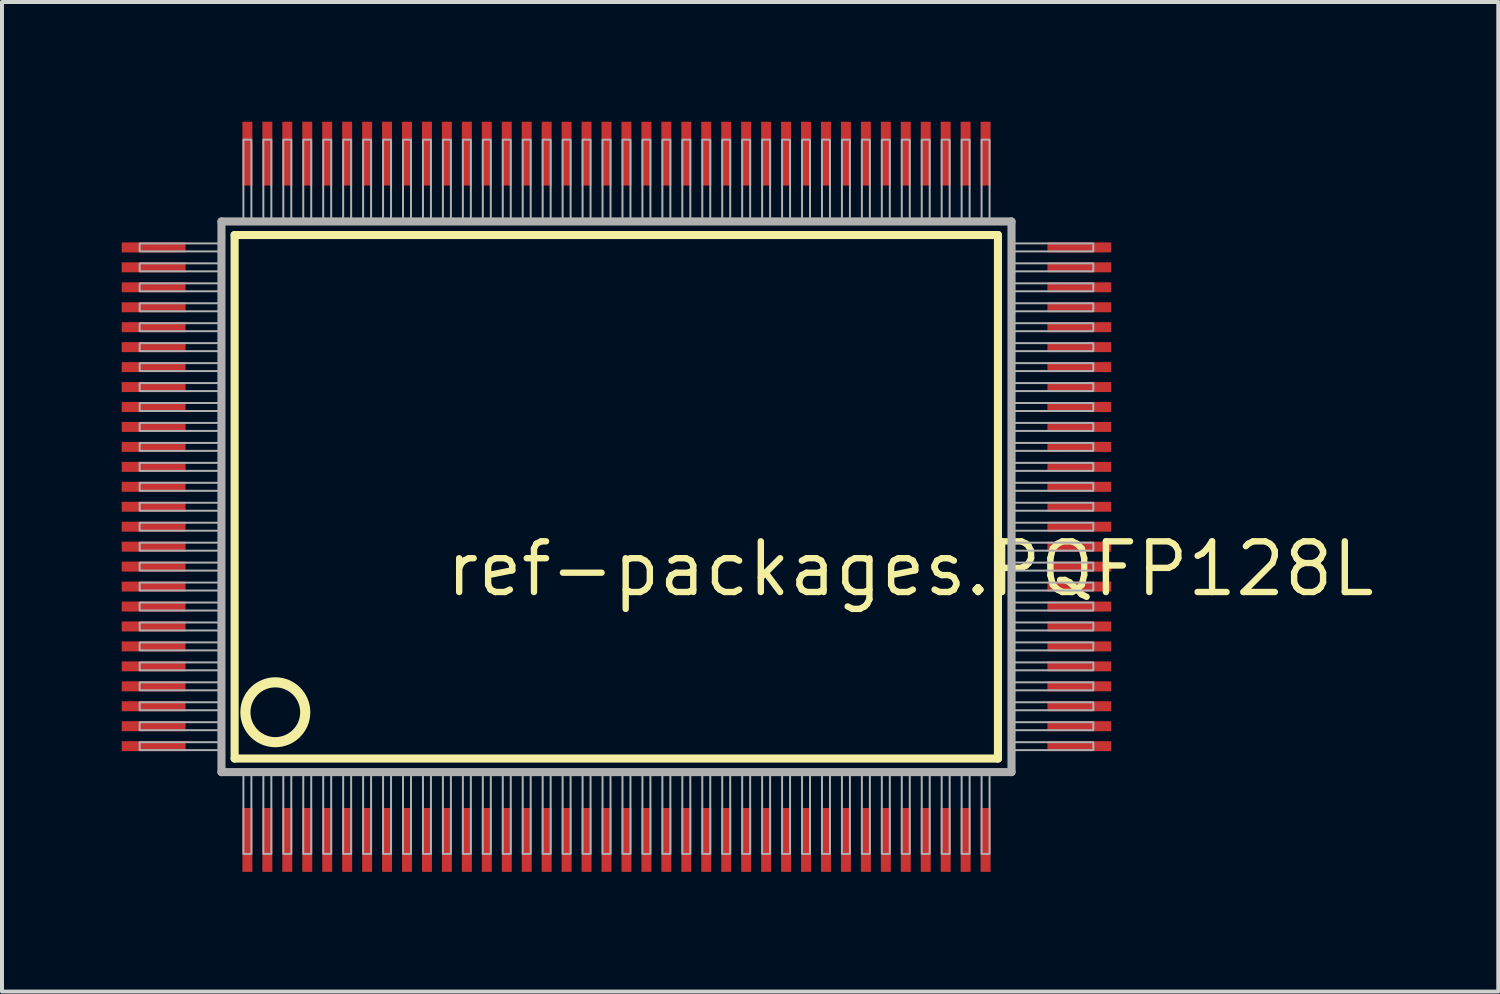
<source format=kicad_pcb>
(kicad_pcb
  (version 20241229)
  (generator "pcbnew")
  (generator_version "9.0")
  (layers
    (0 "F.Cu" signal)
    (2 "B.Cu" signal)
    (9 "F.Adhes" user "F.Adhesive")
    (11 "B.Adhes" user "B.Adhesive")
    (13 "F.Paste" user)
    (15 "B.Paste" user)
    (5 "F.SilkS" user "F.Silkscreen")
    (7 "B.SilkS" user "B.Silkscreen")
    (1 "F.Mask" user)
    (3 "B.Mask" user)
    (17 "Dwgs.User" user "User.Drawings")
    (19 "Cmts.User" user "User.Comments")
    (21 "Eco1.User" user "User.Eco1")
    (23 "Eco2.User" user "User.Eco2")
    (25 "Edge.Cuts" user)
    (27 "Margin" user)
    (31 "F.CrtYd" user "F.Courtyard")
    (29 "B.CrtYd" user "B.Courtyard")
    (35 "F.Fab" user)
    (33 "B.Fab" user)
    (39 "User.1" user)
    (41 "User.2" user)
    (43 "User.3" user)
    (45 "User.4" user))
  (footprint "ref-packages.PQFP128L"
    (layer "F.Cu")
    (at 12.4 9.4)
    (property "Reference" "ref-packages.PQFP128L" (at -4.35 2.55 0) (layer "F.SilkS") (effects (font (size 1.27 1.27) (thickness 0.16)) (justify left bottom)))
    (attr smd)
    (fp_line (start -9.57 -6.56) (end 9.56 -6.56) (stroke (width 0.203) (type default)) (layer "F.SilkS"))
    (fp_line (start -9.57 6.56) (end -9.57 -6.56) (stroke (width 0.203) (type default)) (layer "F.SilkS"))
    (fp_line (start 9.56 -6.56) (end 9.56 6.56) (stroke (width 0.203) (type default)) (layer "F.SilkS"))
    (fp_line (start 9.56 6.56) (end -9.57 6.56) (stroke (width 0.203) (type default)) (layer "F.SilkS"))
    (fp_circle (center -8.55 5.4) (end -7.8 5.4) (stroke (width 0.254) (type default)) (fill no) (layer "F.SilkS"))
    (fp_line (start -9.9 -6.9) (end -9.9 6.9) (stroke (width 0.203) (type default)) (layer "F.Fab"))
    (fp_line (start -9.9 6.9) (end 9.9 6.9) (stroke (width 0.203) (type default)) (layer "F.Fab"))
    (fp_line (start 9.9 -6.9) (end -9.9 -6.9) (stroke (width 0.203) (type default)) (layer "F.Fab"))
    (fp_line (start 9.9 6.9) (end 9.9 -6.9) (stroke (width 0.203) (type default)) (layer "F.Fab"))
    (fp_rect (start -11.95 -6.15) (end -9.95 -6.35) (stroke (width 0.05) (type default)) (fill no) (layer "F.Fab"))
    (fp_rect (start -11.95 -5.65) (end -9.95 -5.85) (stroke (width 0.05) (type default)) (fill no) (layer "F.Fab"))
    (fp_rect (start -11.95 -5.15) (end -9.95 -5.35) (stroke (width 0.05) (type default)) (fill no) (layer "F.Fab"))
    (fp_rect (start -11.95 -4.65) (end -9.95 -4.85) (stroke (width 0.05) (type default)) (fill no) (layer "F.Fab"))
    (fp_rect (start -11.95 -4.15) (end -9.95 -4.35) (stroke (width 0.05) (type default)) (fill no) (layer "F.Fab"))
    (fp_rect (start -11.95 -3.65) (end -9.95 -3.85) (stroke (width 0.05) (type default)) (fill no) (layer "F.Fab"))
    (fp_rect (start -11.95 -3.15) (end -9.95 -3.35) (stroke (width 0.05) (type default)) (fill no) (layer "F.Fab"))
    (fp_rect (start -11.95 -2.65) (end -9.95 -2.85) (stroke (width 0.05) (type default)) (fill no) (layer "F.Fab"))
    (fp_rect (start -11.95 -2.15) (end -9.95 -2.35) (stroke (width 0.05) (type default)) (fill no) (layer "F.Fab"))
    (fp_rect (start -11.95 -1.65) (end -9.95 -1.85) (stroke (width 0.05) (type default)) (fill no) (layer "F.Fab"))
    (fp_rect (start -11.95 -1.15) (end -9.95 -1.35) (stroke (width 0.05) (type default)) (fill no) (layer "F.Fab"))
    (fp_rect (start -11.95 -0.65) (end -9.95 -0.85) (stroke (width 0.05) (type default)) (fill no) (layer "F.Fab"))
    (fp_rect (start -11.95 -0.15) (end -9.95 -0.35) (stroke (width 0.05) (type default)) (fill no) (layer "F.Fab"))
    (fp_rect (start -11.95 0.35) (end -9.95 0.15) (stroke (width 0.05) (type default)) (fill no) (layer "F.Fab"))
    (fp_rect (start -11.95 0.85) (end -9.95 0.65) (stroke (width 0.05) (type default)) (fill no) (layer "F.Fab"))
    (fp_rect (start -11.95 1.35) (end -9.95 1.15) (stroke (width 0.05) (type default)) (fill no) (layer "F.Fab"))
    (fp_rect (start -11.95 1.85) (end -9.95 1.65) (stroke (width 0.05) (type default)) (fill no) (layer "F.Fab"))
    (fp_rect (start -11.95 2.35) (end -9.95 2.15) (stroke (width 0.05) (type default)) (fill no) (layer "F.Fab"))
    (fp_rect (start -11.95 2.85) (end -9.95 2.65) (stroke (width 0.05) (type default)) (fill no) (layer "F.Fab"))
    (fp_rect (start -11.95 3.35) (end -9.95 3.15) (stroke (width 0.05) (type default)) (fill no) (layer "F.Fab"))
    (fp_rect (start -11.95 3.85) (end -9.95 3.65) (stroke (width 0.05) (type default)) (fill no) (layer "F.Fab"))
    (fp_rect (start -11.95 4.35) (end -9.95 4.15) (stroke (width 0.05) (type default)) (fill no) (layer "F.Fab"))
    (fp_rect (start -11.95 4.85) (end -9.95 4.65) (stroke (width 0.05) (type default)) (fill no) (layer "F.Fab"))
    (fp_rect (start -11.95 5.35) (end -9.95 5.15) (stroke (width 0.05) (type default)) (fill no) (layer "F.Fab"))
    (fp_rect (start -11.95 5.85) (end -9.95 5.65) (stroke (width 0.05) (type default)) (fill no) (layer "F.Fab"))
    (fp_rect (start -11.95 6.35) (end -9.95 6.15) (stroke (width 0.05) (type default)) (fill no) (layer "F.Fab"))
    (fp_rect (start -9.35 -6.95) (end -9.15 -8.95) (stroke (width 0.05) (type default)) (fill no) (layer "F.Fab"))
    (fp_rect (start -9.35 8.95) (end -9.15 6.95) (stroke (width 0.05) (type default)) (fill no) (layer "F.Fab"))
    (fp_rect (start -8.85 -6.95) (end -8.65 -8.95) (stroke (width 0.05) (type default)) (fill no) (layer "F.Fab"))
    (fp_rect (start -8.85 8.95) (end -8.65 6.95) (stroke (width 0.05) (type default)) (fill no) (layer "F.Fab"))
    (fp_rect (start -8.35 -6.95) (end -8.15 -8.95) (stroke (width 0.05) (type default)) (fill no) (layer "F.Fab"))
    (fp_rect (start -8.35 8.95) (end -8.15 6.95) (stroke (width 0.05) (type default)) (fill no) (layer "F.Fab"))
    (fp_rect (start -7.85 -6.95) (end -7.65 -8.95) (stroke (width 0.05) (type default)) (fill no) (layer "F.Fab"))
    (fp_rect (start -7.85 8.95) (end -7.65 6.95) (stroke (width 0.05) (type default)) (fill no) (layer "F.Fab"))
    (fp_rect (start -7.35 -6.95) (end -7.15 -8.95) (stroke (width 0.05) (type default)) (fill no) (layer "F.Fab"))
    (fp_rect (start -7.35 8.95) (end -7.15 6.95) (stroke (width 0.05) (type default)) (fill no) (layer "F.Fab"))
    (fp_rect (start -6.85 -6.95) (end -6.65 -8.95) (stroke (width 0.05) (type default)) (fill no) (layer "F.Fab"))
    (fp_rect (start -6.85 8.95) (end -6.65 6.95) (stroke (width 0.05) (type default)) (fill no) (layer "F.Fab"))
    (fp_rect (start -6.35 -6.95) (end -6.15 -8.95) (stroke (width 0.05) (type default)) (fill no) (layer "F.Fab"))
    (fp_rect (start -6.35 8.95) (end -6.15 6.95) (stroke (width 0.05) (type default)) (fill no) (layer "F.Fab"))
    (fp_rect (start -5.85 -6.95) (end -5.65 -8.95) (stroke (width 0.05) (type default)) (fill no) (layer "F.Fab"))
    (fp_rect (start -5.85 8.95) (end -5.65 6.95) (stroke (width 0.05) (type default)) (fill no) (layer "F.Fab"))
    (fp_rect (start -5.35 -6.95) (end -5.15 -8.95) (stroke (width 0.05) (type default)) (fill no) (layer "F.Fab"))
    (fp_rect (start -5.35 8.95) (end -5.15 6.95) (stroke (width 0.05) (type default)) (fill no) (layer "F.Fab"))
    (fp_rect (start -4.85 -6.95) (end -4.65 -8.95) (stroke (width 0.05) (type default)) (fill no) (layer "F.Fab"))
    (fp_rect (start -4.85 8.95) (end -4.65 6.95) (stroke (width 0.05) (type default)) (fill no) (layer "F.Fab"))
    (fp_rect (start -4.35 -6.95) (end -4.15 -8.95) (stroke (width 0.05) (type default)) (fill no) (layer "F.Fab"))
    (fp_rect (start -4.35 8.95) (end -4.15 6.95) (stroke (width 0.05) (type default)) (fill no) (layer "F.Fab"))
    (fp_rect (start -3.85 -6.95) (end -3.65 -8.95) (stroke (width 0.05) (type default)) (fill no) (layer "F.Fab"))
    (fp_rect (start -3.85 8.95) (end -3.65 6.95) (stroke (width 0.05) (type default)) (fill no) (layer "F.Fab"))
    (fp_rect (start -3.35 -6.95) (end -3.15 -8.95) (stroke (width 0.05) (type default)) (fill no) (layer "F.Fab"))
    (fp_rect (start -3.35 8.95) (end -3.15 6.95) (stroke (width 0.05) (type default)) (fill no) (layer "F.Fab"))
    (fp_rect (start -2.85 -6.95) (end -2.65 -8.95) (stroke (width 0.05) (type default)) (fill no) (layer "F.Fab"))
    (fp_rect (start -2.85 8.95) (end -2.65 6.95) (stroke (width 0.05) (type default)) (fill no) (layer "F.Fab"))
    (fp_rect (start -2.35 -6.95) (end -2.15 -8.95) (stroke (width 0.05) (type default)) (fill no) (layer "F.Fab"))
    (fp_rect (start -2.35 8.95) (end -2.15 6.95) (stroke (width 0.05) (type default)) (fill no) (layer "F.Fab"))
    (fp_rect (start -1.85 -6.95) (end -1.65 -8.95) (stroke (width 0.05) (type default)) (fill no) (layer "F.Fab"))
    (fp_rect (start -1.85 8.95) (end -1.65 6.95) (stroke (width 0.05) (type default)) (fill no) (layer "F.Fab"))
    (fp_rect (start -1.35 -6.95) (end -1.15 -8.95) (stroke (width 0.05) (type default)) (fill no) (layer "F.Fab"))
    (fp_rect (start -1.35 8.95) (end -1.15 6.95) (stroke (width 0.05) (type default)) (fill no) (layer "F.Fab"))
    (fp_rect (start -0.85 -6.95) (end -0.65 -8.95) (stroke (width 0.05) (type default)) (fill no) (layer "F.Fab"))
    (fp_rect (start -0.85 8.95) (end -0.65 6.95) (stroke (width 0.05) (type default)) (fill no) (layer "F.Fab"))
    (fp_rect (start -0.35 -6.95) (end -0.15 -8.95) (stroke (width 0.05) (type default)) (fill no) (layer "F.Fab"))
    (fp_rect (start -0.35 8.95) (end -0.15 6.95) (stroke (width 0.05) (type default)) (fill no) (layer "F.Fab"))
    (fp_rect (start 0.15 -6.95) (end 0.35 -8.95) (stroke (width 0.05) (type default)) (fill no) (layer "F.Fab"))
    (fp_rect (start 0.15 8.95) (end 0.35 6.95) (stroke (width 0.05) (type default)) (fill no) (layer "F.Fab"))
    (fp_rect (start 0.65 -6.95) (end 0.85 -8.95) (stroke (width 0.05) (type default)) (fill no) (layer "F.Fab"))
    (fp_rect (start 0.65 8.95) (end 0.85 6.95) (stroke (width 0.05) (type default)) (fill no) (layer "F.Fab"))
    (fp_rect (start 1.15 -6.95) (end 1.35 -8.95) (stroke (width 0.05) (type default)) (fill no) (layer "F.Fab"))
    (fp_rect (start 1.15 8.95) (end 1.35 6.95) (stroke (width 0.05) (type default)) (fill no) (layer "F.Fab"))
    (fp_rect (start 1.65 -6.95) (end 1.85 -8.95) (stroke (width 0.05) (type default)) (fill no) (layer "F.Fab"))
    (fp_rect (start 1.65 8.95) (end 1.85 6.95) (stroke (width 0.05) (type default)) (fill no) (layer "F.Fab"))
    (fp_rect (start 2.15 -6.95) (end 2.35 -8.95) (stroke (width 0.05) (type default)) (fill no) (layer "F.Fab"))
    (fp_rect (start 2.15 8.95) (end 2.35 6.95) (stroke (width 0.05) (type default)) (fill no) (layer "F.Fab"))
    (fp_rect (start 2.65 -6.95) (end 2.85 -8.95) (stroke (width 0.05) (type default)) (fill no) (layer "F.Fab"))
    (fp_rect (start 2.65 8.95) (end 2.85 6.95) (stroke (width 0.05) (type default)) (fill no) (layer "F.Fab"))
    (fp_rect (start 3.15 -6.95) (end 3.35 -8.95) (stroke (width 0.05) (type default)) (fill no) (layer "F.Fab"))
    (fp_rect (start 3.15 8.95) (end 3.35 6.95) (stroke (width 0.05) (type default)) (fill no) (layer "F.Fab"))
    (fp_rect (start 3.65 -6.95) (end 3.85 -8.95) (stroke (width 0.05) (type default)) (fill no) (layer "F.Fab"))
    (fp_rect (start 3.65 8.95) (end 3.85 6.95) (stroke (width 0.05) (type default)) (fill no) (layer "F.Fab"))
    (fp_rect (start 4.15 -6.95) (end 4.35 -8.95) (stroke (width 0.05) (type default)) (fill no) (layer "F.Fab"))
    (fp_rect (start 4.15 8.95) (end 4.35 6.95) (stroke (width 0.05) (type default)) (fill no) (layer "F.Fab"))
    (fp_rect (start 4.65 -6.95) (end 4.85 -8.95) (stroke (width 0.05) (type default)) (fill no) (layer "F.Fab"))
    (fp_rect (start 4.65 8.95) (end 4.85 6.95) (stroke (width 0.05) (type default)) (fill no) (layer "F.Fab"))
    (fp_rect (start 5.15 -6.95) (end 5.35 -8.95) (stroke (width 0.05) (type default)) (fill no) (layer "F.Fab"))
    (fp_rect (start 5.15 8.95) (end 5.35 6.95) (stroke (width 0.05) (type default)) (fill no) (layer "F.Fab"))
    (fp_rect (start 5.65 -6.95) (end 5.85 -8.95) (stroke (width 0.05) (type default)) (fill no) (layer "F.Fab"))
    (fp_rect (start 5.65 8.95) (end 5.85 6.95) (stroke (width 0.05) (type default)) (fill no) (layer "F.Fab"))
    (fp_rect (start 6.15 -6.95) (end 6.35 -8.95) (stroke (width 0.05) (type default)) (fill no) (layer "F.Fab"))
    (fp_rect (start 6.15 8.95) (end 6.35 6.95) (stroke (width 0.05) (type default)) (fill no) (layer "F.Fab"))
    (fp_rect (start 6.65 -6.95) (end 6.85 -8.95) (stroke (width 0.05) (type default)) (fill no) (layer "F.Fab"))
    (fp_rect (start 6.65 8.95) (end 6.85 6.95) (stroke (width 0.05) (type default)) (fill no) (layer "F.Fab"))
    (fp_rect (start 7.15 -6.95) (end 7.35 -8.95) (stroke (width 0.05) (type default)) (fill no) (layer "F.Fab"))
    (fp_rect (start 7.15 8.95) (end 7.35 6.95) (stroke (width 0.05) (type default)) (fill no) (layer "F.Fab"))
    (fp_rect (start 7.65 -6.95) (end 7.85 -8.95) (stroke (width 0.05) (type default)) (fill no) (layer "F.Fab"))
    (fp_rect (start 7.65 8.95) (end 7.85 6.95) (stroke (width 0.05) (type default)) (fill no) (layer "F.Fab"))
    (fp_rect (start 8.15 -6.95) (end 8.35 -8.95) (stroke (width 0.05) (type default)) (fill no) (layer "F.Fab"))
    (fp_rect (start 8.15 8.95) (end 8.35 6.95) (stroke (width 0.05) (type default)) (fill no) (layer "F.Fab"))
    (fp_rect (start 8.65 -6.95) (end 8.85 -8.95) (stroke (width 0.05) (type default)) (fill no) (layer "F.Fab"))
    (fp_rect (start 8.65 8.95) (end 8.85 6.95) (stroke (width 0.05) (type default)) (fill no) (layer "F.Fab"))
    (fp_rect (start 9.15 -6.95) (end 9.35 -8.95) (stroke (width 0.05) (type default)) (fill no) (layer "F.Fab"))
    (fp_rect (start 9.15 8.95) (end 9.35 6.95) (stroke (width 0.05) (type default)) (fill no) (layer "F.Fab"))
    (fp_rect (start 9.95 -6.15) (end 11.95 -6.35) (stroke (width 0.05) (type default)) (fill no) (layer "F.Fab"))
    (fp_rect (start 9.95 -5.65) (end 11.95 -5.85) (stroke (width 0.05) (type default)) (fill no) (layer "F.Fab"))
    (fp_rect (start 9.95 -5.15) (end 11.95 -5.35) (stroke (width 0.05) (type default)) (fill no) (layer "F.Fab"))
    (fp_rect (start 9.95 -4.65) (end 11.95 -4.85) (stroke (width 0.05) (type default)) (fill no) (layer "F.Fab"))
    (fp_rect (start 9.95 -4.15) (end 11.95 -4.35) (stroke (width 0.05) (type default)) (fill no) (layer "F.Fab"))
    (fp_rect (start 9.95 -3.65) (end 11.95 -3.85) (stroke (width 0.05) (type default)) (fill no) (layer "F.Fab"))
    (fp_rect (start 9.95 -3.15) (end 11.95 -3.35) (stroke (width 0.05) (type default)) (fill no) (layer "F.Fab"))
    (fp_rect (start 9.95 -2.65) (end 11.95 -2.85) (stroke (width 0.05) (type default)) (fill no) (layer "F.Fab"))
    (fp_rect (start 9.95 -2.15) (end 11.95 -2.35) (stroke (width 0.05) (type default)) (fill no) (layer "F.Fab"))
    (fp_rect (start 9.95 -1.65) (end 11.95 -1.85) (stroke (width 0.05) (type default)) (fill no) (layer "F.Fab"))
    (fp_rect (start 9.95 -1.15) (end 11.95 -1.35) (stroke (width 0.05) (type default)) (fill no) (layer "F.Fab"))
    (fp_rect (start 9.95 -0.65) (end 11.95 -0.85) (stroke (width 0.05) (type default)) (fill no) (layer "F.Fab"))
    (fp_rect (start 9.95 -0.15) (end 11.95 -0.35) (stroke (width 0.05) (type default)) (fill no) (layer "F.Fab"))
    (fp_rect (start 9.95 0.35) (end 11.95 0.15) (stroke (width 0.05) (type default)) (fill no) (layer "F.Fab"))
    (fp_rect (start 9.95 0.85) (end 11.95 0.65) (stroke (width 0.05) (type default)) (fill no) (layer "F.Fab"))
    (fp_rect (start 9.95 1.35) (end 11.95 1.15) (stroke (width 0.05) (type default)) (fill no) (layer "F.Fab"))
    (fp_rect (start 9.95 1.85) (end 11.95 1.65) (stroke (width 0.05) (type default)) (fill no) (layer "F.Fab"))
    (fp_rect (start 9.95 2.35) (end 11.95 2.15) (stroke (width 0.05) (type default)) (fill no) (layer "F.Fab"))
    (fp_rect (start 9.95 2.85) (end 11.95 2.65) (stroke (width 0.05) (type default)) (fill no) (layer "F.Fab"))
    (fp_rect (start 9.95 3.35) (end 11.95 3.15) (stroke (width 0.05) (type default)) (fill no) (layer "F.Fab"))
    (fp_rect (start 9.95 3.85) (end 11.95 3.65) (stroke (width 0.05) (type default)) (fill no) (layer "F.Fab"))
    (fp_rect (start 9.95 4.35) (end 11.95 4.15) (stroke (width 0.05) (type default)) (fill no) (layer "F.Fab"))
    (fp_rect (start 9.95 4.85) (end 11.95 4.65) (stroke (width 0.05) (type default)) (fill no) (layer "F.Fab"))
    (fp_rect (start 9.95 5.35) (end 11.95 5.15) (stroke (width 0.05) (type default)) (fill no) (layer "F.Fab"))
    (fp_rect (start 9.95 5.85) (end 11.95 5.65) (stroke (width 0.05) (type default)) (fill no) (layer "F.Fab"))
    (fp_rect (start 9.95 6.35) (end 11.95 6.15) (stroke (width 0.05) (type default)) (fill no) (layer "F.Fab"))
    (pad "1" smd roundrect (at -9.25 8.6) (size 0.25 1.6) (layers "F.Cu" "F.Mask" "F.Paste") (roundrect_rratio 0.01))
    (pad "2" smd roundrect (at -8.75 8.6) (size 0.25 1.6) (layers "F.Cu" "F.Mask" "F.Paste") (roundrect_rratio 0.01))
    (pad "3" smd roundrect (at -8.25 8.6) (size 0.25 1.6) (layers "F.Cu" "F.Mask" "F.Paste") (roundrect_rratio 0.01))
    (pad "4" smd roundrect (at -7.75 8.6) (size 0.25 1.6) (layers "F.Cu" "F.Mask" "F.Paste") (roundrect_rratio 0.01))
    (pad "5" smd roundrect (at -7.25 8.6) (size 0.25 1.6) (layers "F.Cu" "F.Mask" "F.Paste") (roundrect_rratio 0.01))
    (pad "6" smd roundrect (at -6.75 8.6) (size 0.25 1.6) (layers "F.Cu" "F.Mask" "F.Paste") (roundrect_rratio 0.01))
    (pad "7" smd roundrect (at -6.25 8.6) (size 0.25 1.6) (layers "F.Cu" "F.Mask" "F.Paste") (roundrect_rratio 0.01))
    (pad "8" smd roundrect (at -5.75 8.6) (size 0.25 1.6) (layers "F.Cu" "F.Mask" "F.Paste") (roundrect_rratio 0.01))
    (pad "9" smd roundrect (at -5.25 8.6) (size 0.25 1.6) (layers "F.Cu" "F.Mask" "F.Paste") (roundrect_rratio 0.01))
    (pad "10" smd roundrect (at -4.75 8.6) (size 0.25 1.6) (layers "F.Cu" "F.Mask" "F.Paste") (roundrect_rratio 0.01))
    (pad "11" smd roundrect (at -4.25 8.6) (size 0.25 1.6) (layers "F.Cu" "F.Mask" "F.Paste") (roundrect_rratio 0.01))
    (pad "12" smd roundrect (at -3.75 8.6) (size 0.25 1.6) (layers "F.Cu" "F.Mask" "F.Paste") (roundrect_rratio 0.01))
    (pad "13" smd roundrect (at -3.25 8.6) (size 0.25 1.6) (layers "F.Cu" "F.Mask" "F.Paste") (roundrect_rratio 0.01))
    (pad "14" smd roundrect (at -2.75 8.6) (size 0.25 1.6) (layers "F.Cu" "F.Mask" "F.Paste") (roundrect_rratio 0.01))
    (pad "15" smd roundrect (at -2.25 8.6) (size 0.25 1.6) (layers "F.Cu" "F.Mask" "F.Paste") (roundrect_rratio 0.01))
    (pad "16" smd roundrect (at -1.75 8.6) (size 0.25 1.6) (layers "F.Cu" "F.Mask" "F.Paste") (roundrect_rratio 0.01))
    (pad "17" smd roundrect (at -1.25 8.6) (size 0.25 1.6) (layers "F.Cu" "F.Mask" "F.Paste") (roundrect_rratio 0.01))
    (pad "18" smd roundrect (at -0.75 8.6) (size 0.25 1.6) (layers "F.Cu" "F.Mask" "F.Paste") (roundrect_rratio 0.01))
    (pad "19" smd roundrect (at -0.25 8.6) (size 0.25 1.6) (layers "F.Cu" "F.Mask" "F.Paste") (roundrect_rratio 0.01))
    (pad "20" smd roundrect (at 0.25 8.6) (size 0.25 1.6) (layers "F.Cu" "F.Mask" "F.Paste") (roundrect_rratio 0.01))
    (pad "21" smd roundrect (at 0.75 8.6) (size 0.25 1.6) (layers "F.Cu" "F.Mask" "F.Paste") (roundrect_rratio 0.01))
    (pad "22" smd roundrect (at 1.25 8.6) (size 0.25 1.6) (layers "F.Cu" "F.Mask" "F.Paste") (roundrect_rratio 0.01))
    (pad "23" smd roundrect (at 1.75 8.6) (size 0.25 1.6) (layers "F.Cu" "F.Mask" "F.Paste") (roundrect_rratio 0.01))
    (pad "24" smd roundrect (at 2.25 8.6) (size 0.25 1.6) (layers "F.Cu" "F.Mask" "F.Paste") (roundrect_rratio 0.01))
    (pad "25" smd roundrect (at 2.75 8.6) (size 0.25 1.6) (layers "F.Cu" "F.Mask" "F.Paste") (roundrect_rratio 0.01))
    (pad "26" smd roundrect (at 3.25 8.6) (size 0.25 1.6) (layers "F.Cu" "F.Mask" "F.Paste") (roundrect_rratio 0.01))
    (pad "27" smd roundrect (at 3.75 8.6) (size 0.25 1.6) (layers "F.Cu" "F.Mask" "F.Paste") (roundrect_rratio 0.01))
    (pad "28" smd roundrect (at 4.25 8.6) (size 0.25 1.6) (layers "F.Cu" "F.Mask" "F.Paste") (roundrect_rratio 0.01))
    (pad "29" smd roundrect (at 4.75 8.6) (size 0.25 1.6) (layers "F.Cu" "F.Mask" "F.Paste") (roundrect_rratio 0.01))
    (pad "30" smd roundrect (at 5.25 8.6) (size 0.25 1.6) (layers "F.Cu" "F.Mask" "F.Paste") (roundrect_rratio 0.01))
    (pad "31" smd roundrect (at 5.75 8.6) (size 0.25 1.6) (layers "F.Cu" "F.Mask" "F.Paste") (roundrect_rratio 0.01))
    (pad "32" smd roundrect (at 6.25 8.6) (size 0.25 1.6) (layers "F.Cu" "F.Mask" "F.Paste") (roundrect_rratio 0.01))
    (pad "33" smd roundrect (at 6.75 8.6) (size 0.25 1.6) (layers "F.Cu" "F.Mask" "F.Paste") (roundrect_rratio 0.01))
    (pad "34" smd roundrect (at 7.25 8.6) (size 0.25 1.6) (layers "F.Cu" "F.Mask" "F.Paste") (roundrect_rratio 0.01))
    (pad "35" smd roundrect (at 7.75 8.6) (size 0.25 1.6) (layers "F.Cu" "F.Mask" "F.Paste") (roundrect_rratio 0.01))
    (pad "36" smd roundrect (at 8.25 8.6) (size 0.25 1.6) (layers "F.Cu" "F.Mask" "F.Paste") (roundrect_rratio 0.01))
    (pad "37" smd roundrect (at 8.75 8.6) (size 0.25 1.6) (layers "F.Cu" "F.Mask" "F.Paste") (roundrect_rratio 0.01))
    (pad "38" smd roundrect (at 9.25 8.6) (size 0.25 1.6) (layers "F.Cu" "F.Mask" "F.Paste") (roundrect_rratio 0.01))
    (pad "39" smd roundrect (at 11.6 6.25) (size 1.6 0.25) (layers "F.Cu" "F.Mask" "F.Paste") (roundrect_rratio 0.01))
    (pad "40" smd roundrect (at 11.6 5.75) (size 1.6 0.25) (layers "F.Cu" "F.Mask" "F.Paste") (roundrect_rratio 0.01))
    (pad "41" smd roundrect (at 11.6 5.25) (size 1.6 0.25) (layers "F.Cu" "F.Mask" "F.Paste") (roundrect_rratio 0.01))
    (pad "42" smd roundrect (at 11.6 4.75) (size 1.6 0.25) (layers "F.Cu" "F.Mask" "F.Paste") (roundrect_rratio 0.01))
    (pad "43" smd roundrect (at 11.6 4.25) (size 1.6 0.25) (layers "F.Cu" "F.Mask" "F.Paste") (roundrect_rratio 0.01))
    (pad "44" smd roundrect (at 11.6 3.75) (size 1.6 0.25) (layers "F.Cu" "F.Mask" "F.Paste") (roundrect_rratio 0.01))
    (pad "45" smd roundrect (at 11.6 3.25) (size 1.6 0.25) (layers "F.Cu" "F.Mask" "F.Paste") (roundrect_rratio 0.01))
    (pad "46" smd roundrect (at 11.6 2.75) (size 1.6 0.25) (layers "F.Cu" "F.Mask" "F.Paste") (roundrect_rratio 0.01))
    (pad "47" smd roundrect (at 11.6 2.25) (size 1.6 0.25) (layers "F.Cu" "F.Mask" "F.Paste") (roundrect_rratio 0.01))
    (pad "48" smd roundrect (at 11.6 1.75) (size 1.6 0.25) (layers "F.Cu" "F.Mask" "F.Paste") (roundrect_rratio 0.01))
    (pad "49" smd roundrect (at 11.6 1.25) (size 1.6 0.25) (layers "F.Cu" "F.Mask" "F.Paste") (roundrect_rratio 0.01))
    (pad "50" smd roundrect (at 11.6 0.75) (size 1.6 0.25) (layers "F.Cu" "F.Mask" "F.Paste") (roundrect_rratio 0.01))
    (pad "51" smd roundrect (at 11.6 0.25) (size 1.6 0.25) (layers "F.Cu" "F.Mask" "F.Paste") (roundrect_rratio 0.01))
    (pad "52" smd roundrect (at 11.6 -0.25) (size 1.6 0.25) (layers "F.Cu" "F.Mask" "F.Paste") (roundrect_rratio 0.01))
    (pad "53" smd roundrect (at 11.6 -0.75) (size 1.6 0.25) (layers "F.Cu" "F.Mask" "F.Paste") (roundrect_rratio 0.01))
    (pad "54" smd roundrect (at 11.6 -1.25) (size 1.6 0.25) (layers "F.Cu" "F.Mask" "F.Paste") (roundrect_rratio 0.01))
    (pad "55" smd roundrect (at 11.6 -1.75) (size 1.6 0.25) (layers "F.Cu" "F.Mask" "F.Paste") (roundrect_rratio 0.01))
    (pad "56" smd roundrect (at 11.6 -2.25) (size 1.6 0.25) (layers "F.Cu" "F.Mask" "F.Paste") (roundrect_rratio 0.01))
    (pad "57" smd roundrect (at 11.6 -2.75) (size 1.6 0.25) (layers "F.Cu" "F.Mask" "F.Paste") (roundrect_rratio 0.01))
    (pad "58" smd roundrect (at 11.6 -3.25) (size 1.6 0.25) (layers "F.Cu" "F.Mask" "F.Paste") (roundrect_rratio 0.01))
    (pad "59" smd roundrect (at 11.6 -3.75) (size 1.6 0.25) (layers "F.Cu" "F.Mask" "F.Paste") (roundrect_rratio 0.01))
    (pad "60" smd roundrect (at 11.6 -4.25) (size 1.6 0.25) (layers "F.Cu" "F.Mask" "F.Paste") (roundrect_rratio 0.01))
    (pad "61" smd roundrect (at 11.6 -4.75) (size 1.6 0.25) (layers "F.Cu" "F.Mask" "F.Paste") (roundrect_rratio 0.01))
    (pad "62" smd roundrect (at 11.6 -5.25) (size 1.6 0.25) (layers "F.Cu" "F.Mask" "F.Paste") (roundrect_rratio 0.01))
    (pad "63" smd roundrect (at 11.6 -5.75) (size 1.6 0.25) (layers "F.Cu" "F.Mask" "F.Paste") (roundrect_rratio 0.01))
    (pad "64" smd roundrect (at 11.6 -6.25) (size 1.6 0.25) (layers "F.Cu" "F.Mask" "F.Paste") (roundrect_rratio 0.01))
    (pad "65" smd roundrect (at 9.25 -8.6) (size 0.25 1.6) (layers "F.Cu" "F.Mask" "F.Paste") (roundrect_rratio 0.01))
    (pad "66" smd roundrect (at 8.75 -8.6) (size 0.25 1.6) (layers "F.Cu" "F.Mask" "F.Paste") (roundrect_rratio 0.01))
    (pad "67" smd roundrect (at 8.25 -8.6) (size 0.25 1.6) (layers "F.Cu" "F.Mask" "F.Paste") (roundrect_rratio 0.01))
    (pad "68" smd roundrect (at 7.75 -8.6) (size 0.25 1.6) (layers "F.Cu" "F.Mask" "F.Paste") (roundrect_rratio 0.01))
    (pad "69" smd roundrect (at 7.25 -8.6) (size 0.25 1.6) (layers "F.Cu" "F.Mask" "F.Paste") (roundrect_rratio 0.01))
    (pad "70" smd roundrect (at 6.75 -8.6) (size 0.25 1.6) (layers "F.Cu" "F.Mask" "F.Paste") (roundrect_rratio 0.01))
    (pad "71" smd roundrect (at 6.25 -8.6) (size 0.25 1.6) (layers "F.Cu" "F.Mask" "F.Paste") (roundrect_rratio 0.01))
    (pad "72" smd roundrect (at 5.75 -8.6) (size 0.25 1.6) (layers "F.Cu" "F.Mask" "F.Paste") (roundrect_rratio 0.01))
    (pad "73" smd roundrect (at 5.25 -8.6) (size 0.25 1.6) (layers "F.Cu" "F.Mask" "F.Paste") (roundrect_rratio 0.01))
    (pad "74" smd roundrect (at 4.75 -8.6) (size 0.25 1.6) (layers "F.Cu" "F.Mask" "F.Paste") (roundrect_rratio 0.01))
    (pad "75" smd roundrect (at 4.25 -8.6) (size 0.25 1.6) (layers "F.Cu" "F.Mask" "F.Paste") (roundrect_rratio 0.01))
    (pad "76" smd roundrect (at 3.75 -8.6) (size 0.25 1.6) (layers "F.Cu" "F.Mask" "F.Paste") (roundrect_rratio 0.01))
    (pad "77" smd roundrect (at 3.25 -8.6) (size 0.25 1.6) (layers "F.Cu" "F.Mask" "F.Paste") (roundrect_rratio 0.01))
    (pad "78" smd roundrect (at 2.75 -8.6) (size 0.25 1.6) (layers "F.Cu" "F.Mask" "F.Paste") (roundrect_rratio 0.01))
    (pad "79" smd roundrect (at 2.25 -8.6) (size 0.25 1.6) (layers "F.Cu" "F.Mask" "F.Paste") (roundrect_rratio 0.01))
    (pad "80" smd roundrect (at 1.75 -8.6) (size 0.25 1.6) (layers "F.Cu" "F.Mask" "F.Paste") (roundrect_rratio 0.01))
    (pad "81" smd roundrect (at 1.25 -8.6) (size 0.25 1.6) (layers "F.Cu" "F.Mask" "F.Paste") (roundrect_rratio 0.01))
    (pad "82" smd roundrect (at 0.75 -8.6) (size 0.25 1.6) (layers "F.Cu" "F.Mask" "F.Paste") (roundrect_rratio 0.01))
    (pad "83" smd roundrect (at 0.25 -8.6) (size 0.25 1.6) (layers "F.Cu" "F.Mask" "F.Paste") (roundrect_rratio 0.01))
    (pad "84" smd roundrect (at -0.25 -8.6) (size 0.25 1.6) (layers "F.Cu" "F.Mask" "F.Paste") (roundrect_rratio 0.01))
    (pad "85" smd roundrect (at -0.75 -8.6) (size 0.25 1.6) (layers "F.Cu" "F.Mask" "F.Paste") (roundrect_rratio 0.01))
    (pad "86" smd roundrect (at -1.25 -8.6) (size 0.25 1.6) (layers "F.Cu" "F.Mask" "F.Paste") (roundrect_rratio 0.01))
    (pad "87" smd roundrect (at -1.75 -8.6) (size 0.25 1.6) (layers "F.Cu" "F.Mask" "F.Paste") (roundrect_rratio 0.01))
    (pad "88" smd roundrect (at -2.25 -8.6) (size 0.25 1.6) (layers "F.Cu" "F.Mask" "F.Paste") (roundrect_rratio 0.01))
    (pad "89" smd roundrect (at -2.75 -8.6) (size 0.25 1.6) (layers "F.Cu" "F.Mask" "F.Paste") (roundrect_rratio 0.01))
    (pad "90" smd roundrect (at -3.25 -8.6) (size 0.25 1.6) (layers "F.Cu" "F.Mask" "F.Paste") (roundrect_rratio 0.01))
    (pad "91" smd roundrect (at -3.75 -8.6) (size 0.25 1.6) (layers "F.Cu" "F.Mask" "F.Paste") (roundrect_rratio 0.01))
    (pad "92" smd roundrect (at -4.25 -8.6) (size 0.25 1.6) (layers "F.Cu" "F.Mask" "F.Paste") (roundrect_rratio 0.01))
    (pad "93" smd roundrect (at -4.75 -8.6) (size 0.25 1.6) (layers "F.Cu" "F.Mask" "F.Paste") (roundrect_rratio 0.01))
    (pad "94" smd roundrect (at -5.25 -8.6) (size 0.25 1.6) (layers "F.Cu" "F.Mask" "F.Paste") (roundrect_rratio 0.01))
    (pad "95" smd roundrect (at -5.75 -8.6) (size 0.25 1.6) (layers "F.Cu" "F.Mask" "F.Paste") (roundrect_rratio 0.01))
    (pad "96" smd roundrect (at -6.25 -8.6) (size 0.25 1.6) (layers "F.Cu" "F.Mask" "F.Paste") (roundrect_rratio 0.01))
    (pad "97" smd roundrect (at -6.75 -8.6) (size 0.25 1.6) (layers "F.Cu" "F.Mask" "F.Paste") (roundrect_rratio 0.01))
    (pad "98" smd roundrect (at -7.25 -8.6) (size 0.25 1.6) (layers "F.Cu" "F.Mask" "F.Paste") (roundrect_rratio 0.01))
    (pad "99" smd roundrect (at -7.75 -8.6) (size 0.25 1.6) (layers "F.Cu" "F.Mask" "F.Paste") (roundrect_rratio 0.01))
    (pad "100" smd roundrect (at -8.25 -8.6) (size 0.25 1.6) (layers "F.Cu" "F.Mask" "F.Paste") (roundrect_rratio 0.01))
    (pad "101" smd roundrect (at -8.75 -8.6) (size 0.25 1.6) (layers "F.Cu" "F.Mask" "F.Paste") (roundrect_rratio 0.01))
    (pad "102" smd roundrect (at -9.25 -8.6) (size 0.25 1.6) (layers "F.Cu" "F.Mask" "F.Paste") (roundrect_rratio 0.01))
    (pad "103" smd roundrect (at -11.6 -6.25) (size 1.6 0.25) (layers "F.Cu" "F.Mask" "F.Paste") (roundrect_rratio 0.01))
    (pad "104" smd roundrect (at -11.6 -5.75) (size 1.6 0.25) (layers "F.Cu" "F.Mask" "F.Paste") (roundrect_rratio 0.01))
    (pad "105" smd roundrect (at -11.6 -5.25) (size 1.6 0.25) (layers "F.Cu" "F.Mask" "F.Paste") (roundrect_rratio 0.01))
    (pad "106" smd roundrect (at -11.6 -4.75) (size 1.6 0.25) (layers "F.Cu" "F.Mask" "F.Paste") (roundrect_rratio 0.01))
    (pad "107" smd roundrect (at -11.6 -4.25) (size 1.6 0.25) (layers "F.Cu" "F.Mask" "F.Paste") (roundrect_rratio 0.01))
    (pad "108" smd roundrect (at -11.6 -3.75) (size 1.6 0.25) (layers "F.Cu" "F.Mask" "F.Paste") (roundrect_rratio 0.01))
    (pad "109" smd roundrect (at -11.6 -3.25) (size 1.6 0.25) (layers "F.Cu" "F.Mask" "F.Paste") (roundrect_rratio 0.01))
    (pad "110" smd roundrect (at -11.6 -2.75) (size 1.6 0.25) (layers "F.Cu" "F.Mask" "F.Paste") (roundrect_rratio 0.01))
    (pad "111" smd roundrect (at -11.6 -2.25) (size 1.6 0.25) (layers "F.Cu" "F.Mask" "F.Paste") (roundrect_rratio 0.01))
    (pad "112" smd roundrect (at -11.6 -1.75) (size 1.6 0.25) (layers "F.Cu" "F.Mask" "F.Paste") (roundrect_rratio 0.01))
    (pad "113" smd roundrect (at -11.6 -1.25) (size 1.6 0.25) (layers "F.Cu" "F.Mask" "F.Paste") (roundrect_rratio 0.01))
    (pad "114" smd roundrect (at -11.6 -0.75) (size 1.6 0.25) (layers "F.Cu" "F.Mask" "F.Paste") (roundrect_rratio 0.01))
    (pad "115" smd roundrect (at -11.6 -0.25) (size 1.6 0.25) (layers "F.Cu" "F.Mask" "F.Paste") (roundrect_rratio 0.01))
    (pad "116" smd roundrect (at -11.6 0.25) (size 1.6 0.25) (layers "F.Cu" "F.Mask" "F.Paste") (roundrect_rratio 0.01))
    (pad "117" smd roundrect (at -11.6 0.75) (size 1.6 0.25) (layers "F.Cu" "F.Mask" "F.Paste") (roundrect_rratio 0.01))
    (pad "118" smd roundrect (at -11.6 1.25) (size 1.6 0.25) (layers "F.Cu" "F.Mask" "F.Paste") (roundrect_rratio 0.01))
    (pad "119" smd roundrect (at -11.6 1.75) (size 1.6 0.25) (layers "F.Cu" "F.Mask" "F.Paste") (roundrect_rratio 0.01))
    (pad "120" smd roundrect (at -11.6 2.25) (size 1.6 0.25) (layers "F.Cu" "F.Mask" "F.Paste") (roundrect_rratio 0.01))
    (pad "121" smd roundrect (at -11.6 2.75) (size 1.6 0.25) (layers "F.Cu" "F.Mask" "F.Paste") (roundrect_rratio 0.01))
    (pad "122" smd roundrect (at -11.6 3.25) (size 1.6 0.25) (layers "F.Cu" "F.Mask" "F.Paste") (roundrect_rratio 0.01))
    (pad "123" smd roundrect (at -11.6 3.75) (size 1.6 0.25) (layers "F.Cu" "F.Mask" "F.Paste") (roundrect_rratio 0.01))
    (pad "124" smd roundrect (at -11.6 4.25) (size 1.6 0.25) (layers "F.Cu" "F.Mask" "F.Paste") (roundrect_rratio 0.01))
    (pad "125" smd roundrect (at -11.6 4.75) (size 1.6 0.25) (layers "F.Cu" "F.Mask" "F.Paste") (roundrect_rratio 0.01))
    (pad "126" smd roundrect (at -11.6 5.25) (size 1.6 0.25) (layers "F.Cu" "F.Mask" "F.Paste") (roundrect_rratio 0.01))
    (pad "127" smd roundrect (at -11.6 5.75) (size 1.6 0.25) (layers "F.Cu" "F.Mask" "F.Paste") (roundrect_rratio 0.01))
    (pad "128" smd roundrect (at -11.6 6.25) (size 1.6 0.25) (layers "F.Cu" "F.Mask" "F.Paste") (roundrect_rratio 0.01)))
  (gr_rect
    (start -3 -3)
    (end 34.499 21.8)
    (stroke (width 0.1) (type default))
    (fill no)
    (layer "Edge.Cuts")))
</source>
